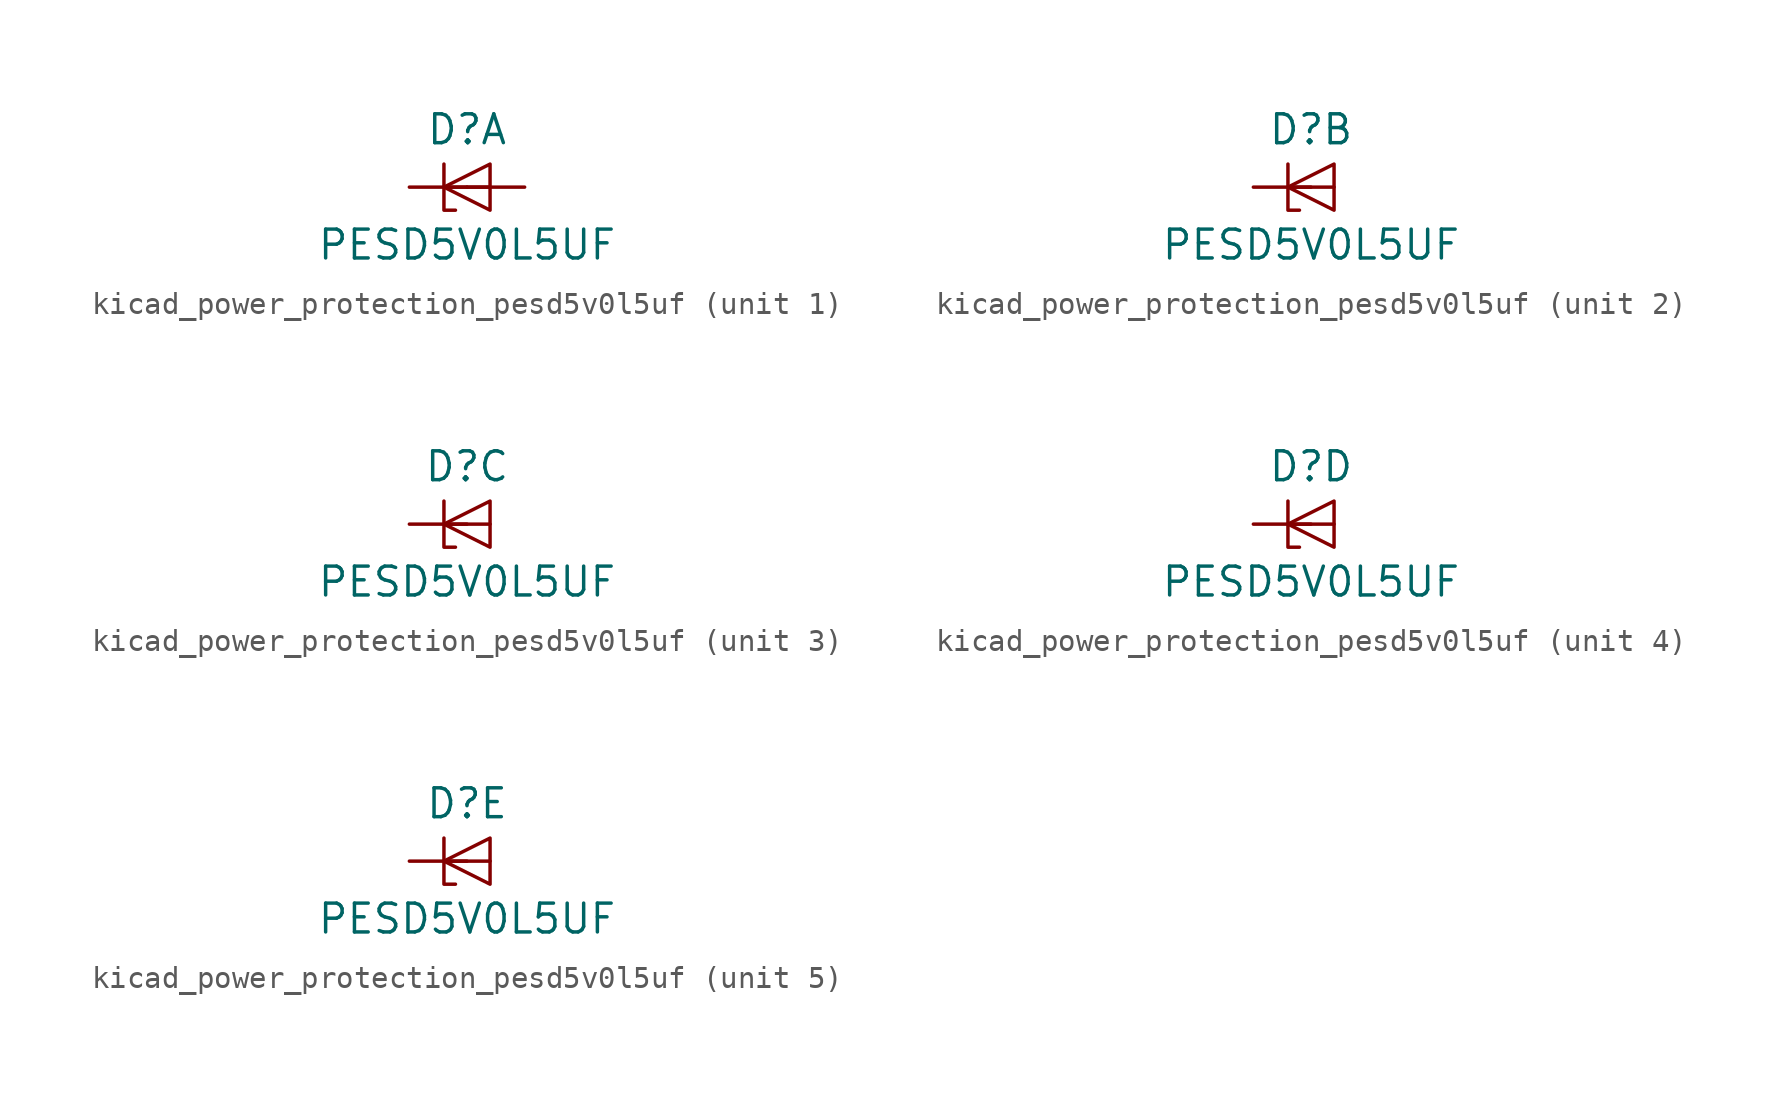
<source format=kicad_sym>
(kicad_symbol_lib
  (version 20220914)
  (generator kicad_symbol_editor)
  (symbol "kicad_power_protection_pesd5v0l5uf"
    (pin_numbers hide)
    (pin_names hide)
    (property "Reference" "D"
      (at 0 2.54 0)
      (effects (font (size 1.27 1.27))))
    (property "Value" "PESD5V0L5UF"
      (at 0 -2.54 0)
      (effects (font (size 1.27 1.27))))
    (property "ki_locked" ""
      (at 0 0 0)
      (effects (font (size 1.27 1.27))))
    (symbol "kicad_power_protection_pesd5v0l5uf_0_1"
      (polyline (pts (xy -1.016 0) (xy 1.016 0)) (stroke (width 0) (type default)) (fill (type none)))
      (polyline (pts (xy -1.016 1.016) (xy -1.016 -1.016) (xy -0.508 -1.016)) (stroke (width 0) (type default)) (fill (type none)))
      (polyline (pts (xy 1.016 1.016) (xy -1.016 0) (xy 1.016 -1.016) (xy 1.016 1.016)) (stroke (width 0) (type default)) (fill (type none))))
    (symbol "kicad_power_protection_pesd5v0l5uf_1_1"
      (pin passive line (at -2.54 0 0) (length 2.54) (name "K1" (effects (font (size 1.27 1.27)))) (number "1" (effects (font (size 1.27 1.27)))))
      (pin passive line (at 2.54 0 180) (length 2.54) (name "A" (effects (font (size 1.27 1.27)))) (number "2" (effects (font (size 1.27 1.27))))))
    (symbol "kicad_power_protection_pesd5v0l5uf_2_1"
      (pin passive line (at -2.54 0 0) (length 2.54) (name "K2" (effects (font (size 1.27 1.27)))) (number "3" (effects (font (size 1.27 1.27))))))
    (symbol "kicad_power_protection_pesd5v0l5uf_3_1"
      (pin passive line (at -2.54 0 0) (length 2.54) (name "K3" (effects (font (size 1.27 1.27)))) (number "4" (effects (font (size 1.27 1.27))))))
    (symbol "kicad_power_protection_pesd5v0l5uf_4_1"
      (pin passive line (at -2.54 0 0) (length 2.54) (name "K4" (effects (font (size 1.27 1.27)))) (number "5" (effects (font (size 1.27 1.27))))))
    (symbol "kicad_power_protection_pesd5v0l5uf_5_1"
      (pin passive line (at -2.54 0 0) (length 2.54) (name "K5" (effects (font (size 1.27 1.27)))) (number "6" (effects (font (size 1.27 1.27))))))))
</source>
